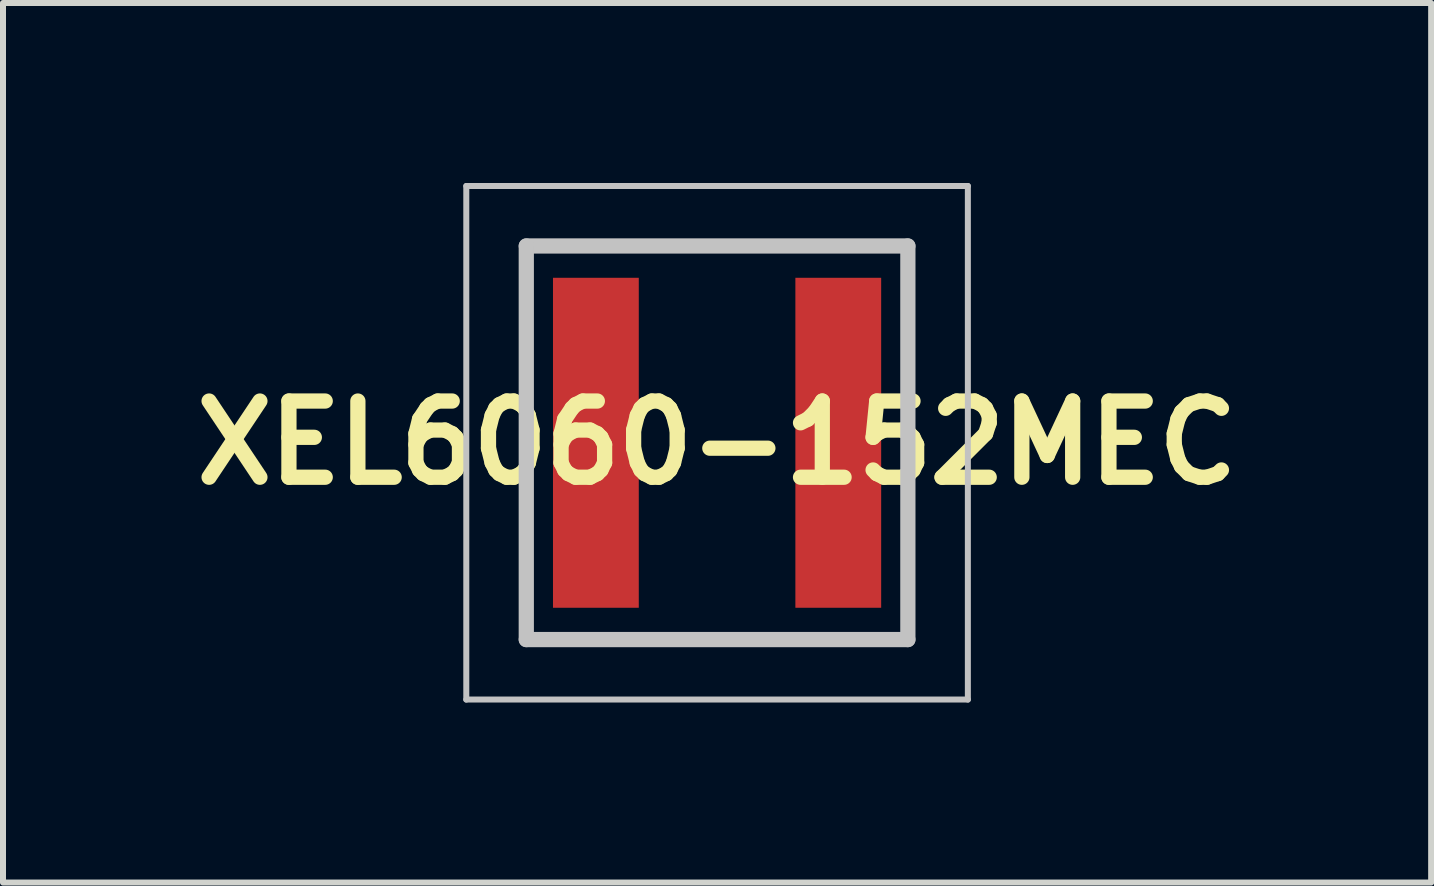
<source format=kicad_pcb>
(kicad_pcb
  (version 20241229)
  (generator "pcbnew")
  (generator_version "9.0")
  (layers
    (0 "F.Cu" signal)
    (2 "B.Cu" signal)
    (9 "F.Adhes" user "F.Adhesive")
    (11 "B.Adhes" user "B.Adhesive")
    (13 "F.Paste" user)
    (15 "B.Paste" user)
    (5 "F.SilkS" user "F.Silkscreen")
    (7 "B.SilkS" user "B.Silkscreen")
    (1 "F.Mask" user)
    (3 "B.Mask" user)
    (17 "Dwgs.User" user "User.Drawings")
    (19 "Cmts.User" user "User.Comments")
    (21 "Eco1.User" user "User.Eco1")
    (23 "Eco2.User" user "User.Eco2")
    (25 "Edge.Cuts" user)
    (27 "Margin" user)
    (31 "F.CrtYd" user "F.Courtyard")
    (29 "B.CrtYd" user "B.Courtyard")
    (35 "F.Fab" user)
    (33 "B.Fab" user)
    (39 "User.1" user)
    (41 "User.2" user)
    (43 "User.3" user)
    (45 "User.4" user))
  (footprint "XEL6060-152MEC"
    (layer "F.Cu")
    (at 8.902 4.33)
    (property "Reference" "XEL6060-152MEC" (at 0 0 0) (layer "F.SilkS") (effects (font (size 1.27 1.27) (thickness 0.254))))
    (attr smd)
    (fp_line (start -3.18 -3.28) (end 3.18 -3.28) (stroke (width 0.1) (type solid)) (layer "F.SilkS"))
    (fp_line (start -3.18 3.28) (end -3.18 -3.28) (stroke (width 0.1) (type solid)) (layer "F.SilkS"))
    (fp_line (start 3.18 -3.28) (end 3.18 3.28) (stroke (width 0.1) (type solid)) (layer "F.SilkS"))
    (fp_line (start 3.18 3.28) (end -3.18 3.28) (stroke (width 0.1) (type solid)) (layer "F.SilkS"))
    (fp_line (start -4.18 -4.28) (end 4.18 -4.28) (stroke (width 0.1) (type solid)) (layer "Dwgs.User"))
    (fp_line (start -4.18 4.28) (end -4.18 -4.28) (stroke (width 0.1) (type solid)) (layer "Dwgs.User"))
    (fp_line (start -3.18 -3.28) (end 3.18 -3.28) (stroke (width 0.254) (type solid)) (layer "Dwgs.User"))
    (fp_line (start -3.18 3.28) (end -3.18 -3.28) (stroke (width 0.254) (type solid)) (layer "Dwgs.User"))
    (fp_line (start 3.18 -3.28) (end 3.18 3.28) (stroke (width 0.254) (type solid)) (layer "Dwgs.User"))
    (fp_line (start 3.18 3.28) (end -3.18 3.28) (stroke (width 0.254) (type solid)) (layer "Dwgs.User"))
    (fp_line (start 4.18 -4.28) (end 4.18 4.28) (stroke (width 0.1) (type solid)) (layer "Dwgs.User"))
    (fp_line (start 4.18 4.28) (end -4.18 4.28) (stroke (width 0.1) (type solid)) (layer "Dwgs.User"))
    (pad "1" smd rect (at -2.02 0) (size 1.43 5.5) (layers "F.Cu" "F.Paste"))
    (pad "2" smd rect (at 2.02 0) (size 1.43 5.5) (layers "F.Cu" "F.Paste")))
  (gr_rect
    (start -3 -3)
    (end 20.804 11.66)
    (stroke (width 0.1) (type default))
    (fill no)
    (layer "Edge.Cuts")))
</source>
